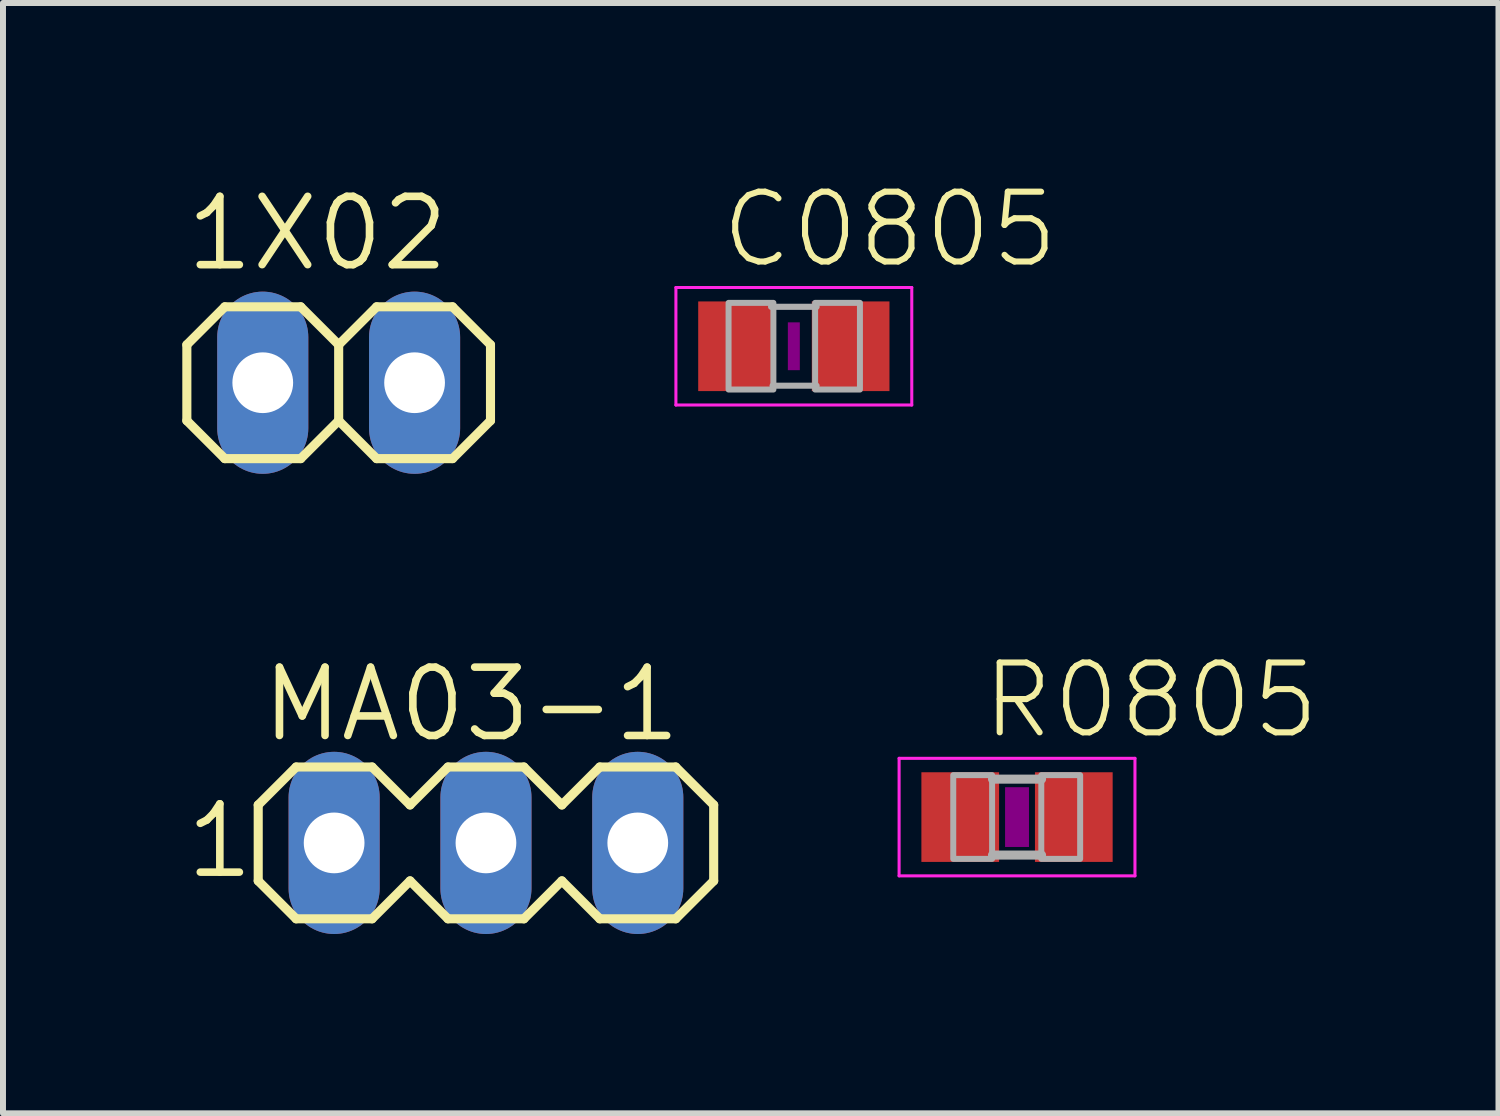
<source format=kicad_pcb>
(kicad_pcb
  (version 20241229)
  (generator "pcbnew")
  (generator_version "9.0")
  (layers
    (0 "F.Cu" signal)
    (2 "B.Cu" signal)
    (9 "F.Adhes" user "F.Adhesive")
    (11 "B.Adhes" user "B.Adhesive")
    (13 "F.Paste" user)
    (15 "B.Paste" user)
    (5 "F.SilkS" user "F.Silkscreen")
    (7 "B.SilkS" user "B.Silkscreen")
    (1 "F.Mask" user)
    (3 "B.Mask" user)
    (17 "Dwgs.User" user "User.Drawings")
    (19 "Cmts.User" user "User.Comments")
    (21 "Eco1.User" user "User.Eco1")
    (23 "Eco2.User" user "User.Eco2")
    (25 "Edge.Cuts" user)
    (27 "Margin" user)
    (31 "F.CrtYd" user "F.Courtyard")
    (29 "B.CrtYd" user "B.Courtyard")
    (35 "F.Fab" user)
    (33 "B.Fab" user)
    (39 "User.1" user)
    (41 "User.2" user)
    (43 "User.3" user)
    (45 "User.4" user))
  (footprint "MA03-1"
    (layer "F.Cu")
    (at 5.08 11.052)
    (property "Reference" "MA03-1" (at -3.81 -1.651 0) (layer "F.SilkS") (effects (font (size 1.143 1.143) (thickness 0.127)) (justify left bottom)))
    (fp_line (start -3.81 -0.635) (end -3.81 0.635) (stroke (width 0.152) (type solid)) (layer "F.SilkS"))
    (fp_line (start -3.81 0.635) (end -3.175 1.27) (stroke (width 0.152) (type solid)) (layer "F.SilkS"))
    (fp_line (start -3.175 -1.27) (end -3.81 -0.635) (stroke (width 0.152) (type solid)) (layer "F.SilkS"))
    (fp_line (start -3.175 -1.27) (end -1.905 -1.27) (stroke (width 0.152) (type solid)) (layer "F.SilkS"))
    (fp_line (start -1.905 -1.27) (end -1.27 -0.635) (stroke (width 0.152) (type solid)) (layer "F.SilkS"))
    (fp_line (start -1.905 1.27) (end -3.175 1.27) (stroke (width 0.152) (type solid)) (layer "F.SilkS"))
    (fp_line (start -1.27 -0.635) (end -0.635 -1.27) (stroke (width 0.152) (type solid)) (layer "F.SilkS"))
    (fp_line (start -1.27 0.635) (end -1.905 1.27) (stroke (width 0.152) (type solid)) (layer "F.SilkS"))
    (fp_line (start -0.635 -1.27) (end 0.635 -1.27) (stroke (width 0.152) (type solid)) (layer "F.SilkS"))
    (fp_line (start -0.635 1.27) (end -1.27 0.635) (stroke (width 0.152) (type solid)) (layer "F.SilkS"))
    (fp_line (start 0.635 -1.27) (end 1.27 -0.635) (stroke (width 0.152) (type solid)) (layer "F.SilkS"))
    (fp_line (start 0.635 1.27) (end -0.635 1.27) (stroke (width 0.152) (type solid)) (layer "F.SilkS"))
    (fp_line (start 1.27 -0.635) (end 1.905 -1.27) (stroke (width 0.152) (type solid)) (layer "F.SilkS"))
    (fp_line (start 1.27 0.635) (end 0.635 1.27) (stroke (width 0.152) (type solid)) (layer "F.SilkS"))
    (fp_line (start 1.905 -1.27) (end 3.175 -1.27) (stroke (width 0.152) (type solid)) (layer "F.SilkS"))
    (fp_line (start 1.905 1.27) (end 1.27 0.635) (stroke (width 0.152) (type solid)) (layer "F.SilkS"))
    (fp_line (start 3.175 -1.27) (end 3.81 -0.635) (stroke (width 0.152) (type solid)) (layer "F.SilkS"))
    (fp_line (start 3.175 1.27) (end 1.905 1.27) (stroke (width 0.152) (type solid)) (layer "F.SilkS"))
    (fp_line (start 3.81 -0.635) (end 3.81 0.635) (stroke (width 0.152) (type solid)) (layer "F.SilkS"))
    (fp_line (start 3.81 0.635) (end 3.175 1.27) (stroke (width 0.152) (type solid)) (layer "F.SilkS"))
    (fp_poly (pts (xy -2.794 0.254) (xy -2.286 0.254) (xy -2.286 -0.254) (xy -2.794 -0.254)) (stroke (width 0.1) (type solid)) (fill no) (layer "F.Fab"))
    (fp_poly (pts (xy -0.254 0.254) (xy 0.254 0.254) (xy 0.254 -0.254) (xy -0.254 -0.254)) (stroke (width 0.1) (type solid)) (fill no) (layer "F.Fab"))
    (fp_poly (pts (xy 2.286 0.254) (xy 2.794 0.254) (xy 2.794 -0.254) (xy 2.286 -0.254)) (stroke (width 0.1) (type solid)) (fill no) (layer "F.Fab"))
    (fp_text user "1" (at -5.08 0.635 0) (layer "F.SilkS") (effects (font (size 1.143 1.143) (thickness 0.127)) (justify left bottom)))
    (pad "1" thru_hole oval (at -2.54 0 90) (size 3.048 1.524) (drill 1.016) (layers "*.Cu" "*.Mask"))
    (pad "2" thru_hole oval (at 0 0 90) (size 3.048 1.524) (drill 1.016) (layers "*.Cu" "*.Mask"))
    (pad "3" thru_hole oval (at 2.54 0 90) (size 3.048 1.524) (drill 1.016) (layers "*.Cu" "*.Mask")))
  (footprint "C0805"
    (layer "F.Cu")
    (at 10.231 2.743)
    (property "Reference" "C0805" (at -1.27 -1.27 0) (layer "F.SilkS") (effects (font (size 1.168 1.168) (thickness 0.102)) (justify left bottom)))
    (fp_poly (pts (xy -0.1 0.4) (xy 0.1 0.4) (xy 0.1 -0.4) (xy -0.1 -0.4)) (stroke (width 0) (type solid)) (fill yes) (layer "F.Adhes"))
    (fp_line (start -1.973 -0.983) (end 1.973 -0.983) (stroke (width 0.051) (type solid)) (layer "F.CrtYd"))
    (fp_line (start -1.973 0.983) (end -1.973 -0.983) (stroke (width 0.051) (type solid)) (layer "F.CrtYd"))
    (fp_line (start 1.973 -0.983) (end 1.973 0.983) (stroke (width 0.051) (type solid)) (layer "F.CrtYd"))
    (fp_line (start 1.973 0.983) (end -1.973 0.983) (stroke (width 0.051) (type solid)) (layer "F.CrtYd"))
    (fp_line (start -0.381 -0.66) (end 0.381 -0.66) (stroke (width 0.102) (type solid)) (layer "F.Fab"))
    (fp_line (start -0.356 0.66) (end 0.381 0.66) (stroke (width 0.102) (type solid)) (layer "F.Fab"))
    (fp_poly (pts (xy -1.092 0.724) (xy -0.342 0.724) (xy -0.342 -0.726) (xy -1.092 -0.726)) (stroke (width 0.1) (type solid)) (fill no) (layer "F.Fab"))
    (fp_poly (pts (xy 0.356 0.724) (xy 1.106 0.724) (xy 1.106 -0.726) (xy 0.356 -0.726)) (stroke (width 0.1) (type solid)) (fill no) (layer "F.Fab"))
    (pad "1" smd rect (at -0.95 0) (size 1.3 1.5) (layers "F.Cu" "F.Mask" "F.Paste"))
    (pad "2" smd rect (at 0.95 0) (size 1.3 1.5) (layers "F.Cu" "F.Mask" "F.Paste")))
  (footprint "1X02"
    (layer "F.Cu")
    (at 2.616 3.353)
    (property "Reference" "1X02" (at -2.616 -1.829 0) (layer "F.SilkS") (effects (font (size 1.143 1.143) (thickness 0.127)) (justify left bottom)))
    (fp_line (start -2.54 -0.635) (end -2.54 0.635) (stroke (width 0.152) (type solid)) (layer "F.SilkS"))
    (fp_line (start -2.54 0.635) (end -1.905 1.27) (stroke (width 0.152) (type solid)) (layer "F.SilkS"))
    (fp_line (start -1.905 -1.27) (end -2.54 -0.635) (stroke (width 0.152) (type solid)) (layer "F.SilkS"))
    (fp_line (start -1.905 -1.27) (end -0.635 -1.27) (stroke (width 0.152) (type solid)) (layer "F.SilkS"))
    (fp_line (start -0.635 -1.27) (end 0 -0.635) (stroke (width 0.152) (type solid)) (layer "F.SilkS"))
    (fp_line (start -0.635 1.27) (end -1.905 1.27) (stroke (width 0.152) (type solid)) (layer "F.SilkS"))
    (fp_line (start 0 -0.635) (end 0 0.635) (stroke (width 0.152) (type solid)) (layer "F.SilkS"))
    (fp_line (start 0 -0.635) (end 0.635 -1.27) (stroke (width 0.152) (type solid)) (layer "F.SilkS"))
    (fp_line (start 0 0.635) (end -0.635 1.27) (stroke (width 0.152) (type solid)) (layer "F.SilkS"))
    (fp_line (start 0.635 -1.27) (end 1.905 -1.27) (stroke (width 0.152) (type solid)) (layer "F.SilkS"))
    (fp_line (start 0.635 1.27) (end 0 0.635) (stroke (width 0.152) (type solid)) (layer "F.SilkS"))
    (fp_line (start 1.905 -1.27) (end 2.54 -0.635) (stroke (width 0.152) (type solid)) (layer "F.SilkS"))
    (fp_line (start 1.905 1.27) (end 0.635 1.27) (stroke (width 0.152) (type solid)) (layer "F.SilkS"))
    (fp_line (start 2.54 -0.635) (end 2.54 0.635) (stroke (width 0.152) (type solid)) (layer "F.SilkS"))
    (fp_line (start 2.54 0.635) (end 1.905 1.27) (stroke (width 0.152) (type solid)) (layer "F.SilkS"))
    (fp_poly (pts (xy -1.524 0.254) (xy -1.016 0.254) (xy -1.016 -0.254) (xy -1.524 -0.254)) (stroke (width 0.1) (type solid)) (fill no) (layer "F.Fab"))
    (fp_poly (pts (xy 1.016 0.254) (xy 1.524 0.254) (xy 1.524 -0.254) (xy 1.016 -0.254)) (stroke (width 0.1) (type solid)) (fill no) (layer "F.Fab"))
    (pad "1" thru_hole oval (at -1.27 0 90) (size 3.048 1.524) (drill 1.016) (layers "*.Cu" "*.Mask"))
    (pad "2" thru_hole oval (at 1.27 0 90) (size 3.048 1.524) (drill 1.016) (layers "*.Cu" "*.Mask")))
  (footprint "R0805"
    (layer "F.Cu")
    (at 13.965 10.62)
    (property "Reference" "R0805" (at -0.635 -1.27 0) (layer "F.SilkS") (effects (font (size 1.168 1.168) (thickness 0.102)) (justify left bottom)))
    (fp_poly (pts (xy -0.2 0.5) (xy 0.2 0.5) (xy 0.2 -0.5) (xy -0.2 -0.5)) (stroke (width 0) (type solid)) (fill yes) (layer "F.Adhes"))
    (fp_line (start -1.973 -0.983) (end 1.973 -0.983) (stroke (width 0.051) (type solid)) (layer "F.CrtYd"))
    (fp_line (start -1.973 0.983) (end -1.973 -0.983) (stroke (width 0.051) (type solid)) (layer "F.CrtYd"))
    (fp_line (start 1.973 -0.983) (end 1.973 0.983) (stroke (width 0.051) (type solid)) (layer "F.CrtYd"))
    (fp_line (start 1.973 0.983) (end -1.973 0.983) (stroke (width 0.051) (type solid)) (layer "F.CrtYd"))
    (fp_line (start -0.41 -0.635) (end 0.41 -0.635) (stroke (width 0.152) (type solid)) (layer "F.Fab"))
    (fp_line (start -0.41 0.635) (end 0.41 0.635) (stroke (width 0.152) (type solid)) (layer "F.Fab"))
    (fp_poly (pts (xy -1.067 0.699) (xy -0.417 0.699) (xy -0.417 -0.702) (xy -1.067 -0.702)) (stroke (width 0.1) (type solid)) (fill no) (layer "F.Fab"))
    (fp_poly (pts (xy 0.406 0.699) (xy 1.056 0.699) (xy 1.056 -0.702) (xy 0.406 -0.702)) (stroke (width 0.1) (type solid)) (fill no) (layer "F.Fab"))
    (pad "1" smd rect (at -0.95 0) (size 1.3 1.5) (layers "F.Cu" "F.Mask" "F.Paste"))
    (pad "2" smd rect (at 0.95 0) (size 1.3 1.5) (layers "F.Cu" "F.Mask" "F.Paste")))
  (gr_rect
    (start -3 -3)
    (end 22.02 15.576)
    (stroke (width 0.1) (type default))
    (fill no)
    (layer "Edge.Cuts")))
</source>
